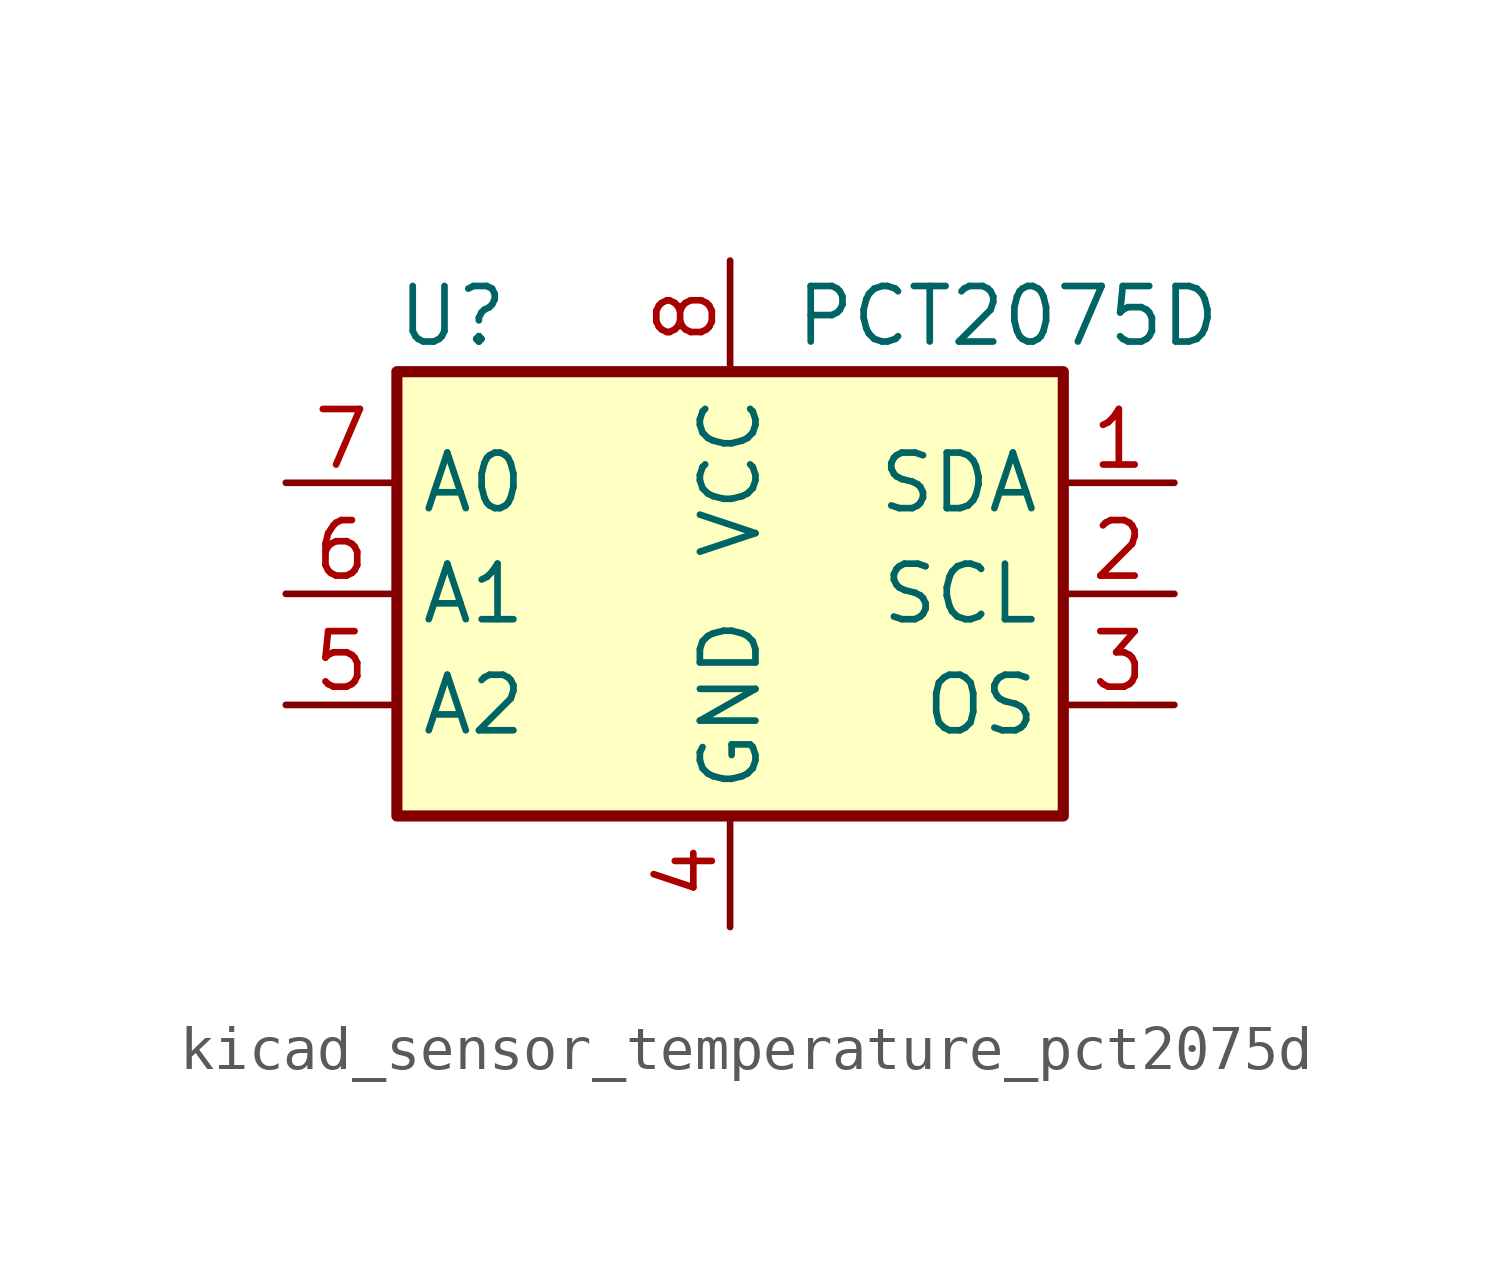
<source format=kicad_sym>
(kicad_symbol_lib
  (version 20220914)
  (generator kicad_symbol_editor)
  (symbol "kicad_sensor_temperature_pct2075d"
    (property "Reference" "U"
      (at -6.35 6.35 0)
      (effects (font (size 1.27 1.27))))
    (property "Value" "PCT2075D"
      (at 6.35 6.35 0)
      (effects (font (size 1.27 1.27))))
    (symbol "kicad_sensor_temperature_pct2075d_0_1"
      (rectangle (start -7.62 5.08) (end 7.62 -5.08) (stroke (width 0.254) (type default)) (fill (type background))))
    (symbol "kicad_sensor_temperature_pct2075d_1_1"
      (pin bidirectional line (at 10.16 2.54 180) (length 2.54) (name "SDA" (effects (font (size 1.27 1.27)))) (number "1" (effects (font (size 1.27 1.27)))))
      (pin input line (at 10.16 0 180) (length 2.54) (name "SCL" (effects (font (size 1.27 1.27)))) (number "2" (effects (font (size 1.27 1.27)))))
      (pin open_collector line (at 10.16 -2.54 180) (length 2.54) (name "OS" (effects (font (size 1.27 1.27)))) (number "3" (effects (font (size 1.27 1.27)))))
      (pin power_in line (at 0 -7.62 90) (length 2.54) (name "GND" (effects (font (size 1.27 1.27)))) (number "4" (effects (font (size 1.27 1.27)))))
      (pin input line (at -10.16 -2.54 0) (length 2.54) (name "A2" (effects (font (size 1.27 1.27)))) (number "5" (effects (font (size 1.27 1.27)))))
      (pin input line (at -10.16 0 0) (length 2.54) (name "A1" (effects (font (size 1.27 1.27)))) (number "6" (effects (font (size 1.27 1.27)))))
      (pin input line (at -10.16 2.54 0) (length 2.54) (name "A0" (effects (font (size 1.27 1.27)))) (number "7" (effects (font (size 1.27 1.27)))))
      (pin power_in line (at 0 7.62 270) (length 2.54) (name "VCC" (effects (font (size 1.27 1.27)))) (number "8" (effects (font (size 1.27 1.27))))))))
</source>
